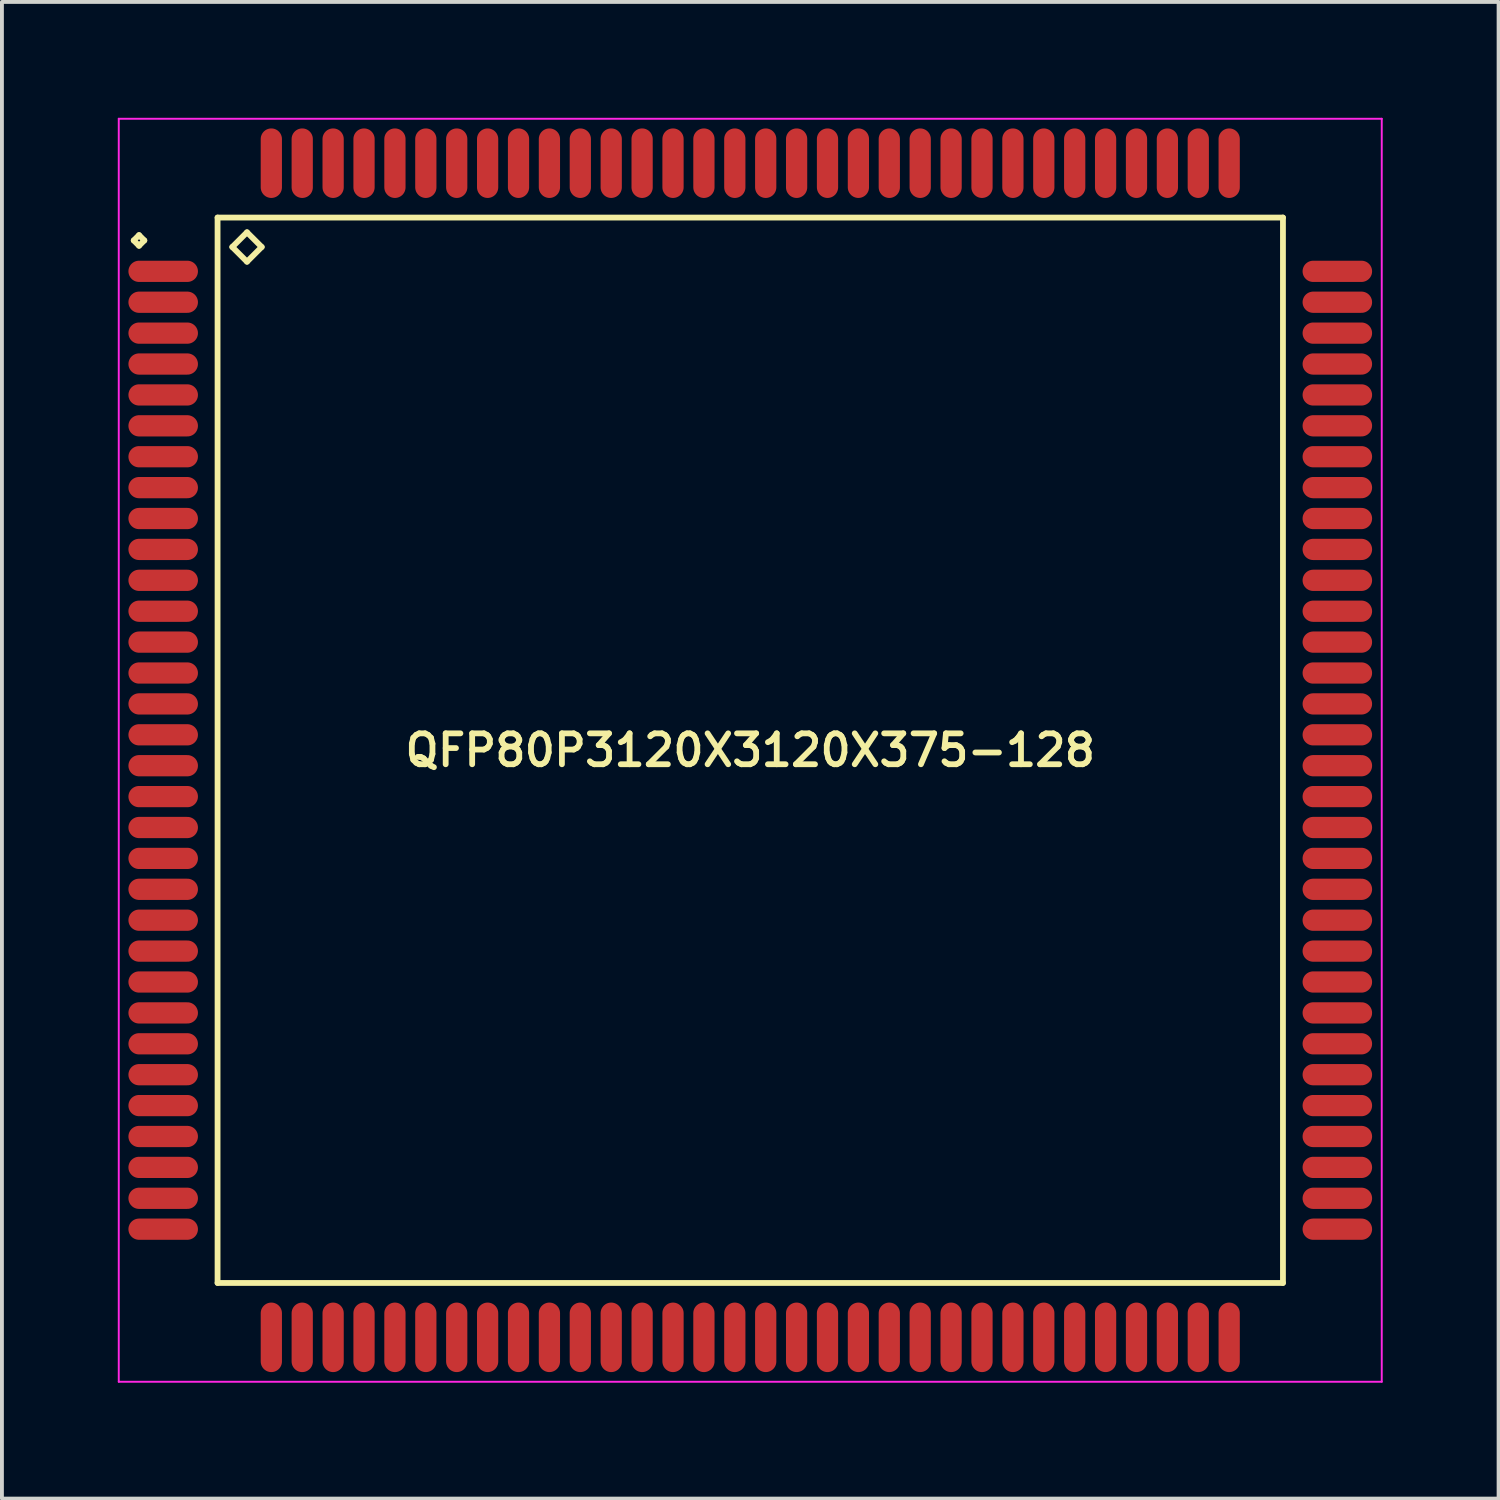
<source format=kicad_pcb>
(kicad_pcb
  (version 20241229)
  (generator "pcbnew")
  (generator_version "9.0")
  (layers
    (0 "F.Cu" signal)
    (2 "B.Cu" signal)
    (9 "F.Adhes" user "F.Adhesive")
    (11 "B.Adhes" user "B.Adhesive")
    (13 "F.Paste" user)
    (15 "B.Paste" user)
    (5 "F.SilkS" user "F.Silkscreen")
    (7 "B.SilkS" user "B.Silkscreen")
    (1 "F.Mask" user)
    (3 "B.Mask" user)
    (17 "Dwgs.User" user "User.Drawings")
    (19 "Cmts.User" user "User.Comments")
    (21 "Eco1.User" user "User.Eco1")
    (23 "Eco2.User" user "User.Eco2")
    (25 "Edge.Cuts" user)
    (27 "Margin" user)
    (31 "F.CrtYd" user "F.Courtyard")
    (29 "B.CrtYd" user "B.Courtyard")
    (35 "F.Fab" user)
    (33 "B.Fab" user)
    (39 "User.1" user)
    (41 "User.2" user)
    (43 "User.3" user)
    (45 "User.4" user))
  (footprint "QFP80P3120X3120X375-128"
    (layer "F.Cu")
    (at 16.375 16.375)
    (property "Reference" "QFP80P3120X3120X375-128" (at 0 0 0) (layer "F.SilkS") (effects (font (size 0.8 0.8) (thickness 0.15))))
    (attr smd)
    (fp_line (start -15.963 -13.2) (end -15.825 -13.338) (stroke (width 0.15) (type solid)) (layer "F.SilkS"))
    (fp_line (start -15.825 -13.338) (end -15.688 -13.2) (stroke (width 0.15) (type solid)) (layer "F.SilkS"))
    (fp_line (start -15.825 -13.062) (end -15.963 -13.2) (stroke (width 0.15) (type solid)) (layer "F.SilkS"))
    (fp_line (start -15.688 -13.2) (end -15.825 -13.062) (stroke (width 0.15) (type solid)) (layer "F.SilkS"))
    (fp_line (start -13.792 -13.792) (end -13.792 13.792) (stroke (width 0.15) (type solid)) (layer "F.SilkS"))
    (fp_line (start -13.792 13.792) (end 13.792 13.792) (stroke (width 0.15) (type solid)) (layer "F.SilkS"))
    (fp_line (start -13.411 -13.03) (end -13.03 -13.411) (stroke (width 0.15) (type solid)) (layer "F.SilkS"))
    (fp_line (start -13.03 -13.411) (end -12.649 -13.03) (stroke (width 0.15) (type solid)) (layer "F.SilkS"))
    (fp_line (start -13.03 -12.649) (end -13.411 -13.03) (stroke (width 0.15) (type solid)) (layer "F.SilkS"))
    (fp_line (start -12.649 -13.03) (end -13.03 -12.649) (stroke (width 0.15) (type solid)) (layer "F.SilkS"))
    (fp_line (start 13.792 -13.792) (end -13.792 -13.792) (stroke (width 0.15) (type solid)) (layer "F.SilkS"))
    (fp_line (start 13.792 13.792) (end 13.792 -13.792) (stroke (width 0.15) (type solid)) (layer "F.SilkS"))
    (fp_line (start -16.35 -16.35) (end 16.35 -16.35) (stroke (width 0.05) (type solid)) (layer "F.CrtYd"))
    (fp_line (start -16.35 16.35) (end -16.35 -16.35) (stroke (width 0.05) (type solid)) (layer "F.CrtYd"))
    (fp_line (start 16.35 -16.35) (end 16.35 16.35) (stroke (width 0.05) (type solid)) (layer "F.CrtYd"))
    (fp_line (start 16.35 16.35) (end -16.35 16.35) (stroke (width 0.05) (type solid)) (layer "F.CrtYd"))
    (pad "1" smd oval (at -15.2 -12.4) (size 1.8 0.55) (layers "F.Cu" "F.Mask" "F.Paste"))
    (pad "2" smd oval (at -15.2 -11.6) (size 1.8 0.55) (layers "F.Cu" "F.Mask" "F.Paste"))
    (pad "3" smd oval (at -15.2 -10.8) (size 1.8 0.55) (layers "F.Cu" "F.Mask" "F.Paste"))
    (pad "4" smd oval (at -15.2 -10) (size 1.8 0.55) (layers "F.Cu" "F.Mask" "F.Paste"))
    (pad "5" smd oval (at -15.2 -9.2) (size 1.8 0.55) (layers "F.Cu" "F.Mask" "F.Paste"))
    (pad "6" smd oval (at -15.2 -8.4) (size 1.8 0.55) (layers "F.Cu" "F.Mask" "F.Paste"))
    (pad "7" smd oval (at -15.2 -7.6) (size 1.8 0.55) (layers "F.Cu" "F.Mask" "F.Paste"))
    (pad "8" smd oval (at -15.2 -6.8) (size 1.8 0.55) (layers "F.Cu" "F.Mask" "F.Paste"))
    (pad "9" smd oval (at -15.2 -6) (size 1.8 0.55) (layers "F.Cu" "F.Mask" "F.Paste"))
    (pad "10" smd oval (at -15.2 -5.2) (size 1.8 0.55) (layers "F.Cu" "F.Mask" "F.Paste"))
    (pad "11" smd oval (at -15.2 -4.4) (size 1.8 0.55) (layers "F.Cu" "F.Mask" "F.Paste"))
    (pad "12" smd oval (at -15.2 -3.6) (size 1.8 0.55) (layers "F.Cu" "F.Mask" "F.Paste"))
    (pad "13" smd oval (at -15.2 -2.8) (size 1.8 0.55) (layers "F.Cu" "F.Mask" "F.Paste"))
    (pad "14" smd oval (at -15.2 -2) (size 1.8 0.55) (layers "F.Cu" "F.Mask" "F.Paste"))
    (pad "15" smd oval (at -15.2 -1.2) (size 1.8 0.55) (layers "F.Cu" "F.Mask" "F.Paste"))
    (pad "16" smd oval (at -15.2 -0.4) (size 1.8 0.55) (layers "F.Cu" "F.Mask" "F.Paste"))
    (pad "17" smd oval (at -15.2 0.4) (size 1.8 0.55) (layers "F.Cu" "F.Mask" "F.Paste"))
    (pad "18" smd oval (at -15.2 1.2) (size 1.8 0.55) (layers "F.Cu" "F.Mask" "F.Paste"))
    (pad "19" smd oval (at -15.2 2) (size 1.8 0.55) (layers "F.Cu" "F.Mask" "F.Paste"))
    (pad "20" smd oval (at -15.2 2.8) (size 1.8 0.55) (layers "F.Cu" "F.Mask" "F.Paste"))
    (pad "21" smd oval (at -15.2 3.6) (size 1.8 0.55) (layers "F.Cu" "F.Mask" "F.Paste"))
    (pad "22" smd oval (at -15.2 4.4) (size 1.8 0.55) (layers "F.Cu" "F.Mask" "F.Paste"))
    (pad "23" smd oval (at -15.2 5.2) (size 1.8 0.55) (layers "F.Cu" "F.Mask" "F.Paste"))
    (pad "24" smd oval (at -15.2 6) (size 1.8 0.55) (layers "F.Cu" "F.Mask" "F.Paste"))
    (pad "25" smd oval (at -15.2 6.8) (size 1.8 0.55) (layers "F.Cu" "F.Mask" "F.Paste"))
    (pad "26" smd oval (at -15.2 7.6) (size 1.8 0.55) (layers "F.Cu" "F.Mask" "F.Paste"))
    (pad "27" smd oval (at -15.2 8.4) (size 1.8 0.55) (layers "F.Cu" "F.Mask" "F.Paste"))
    (pad "28" smd oval (at -15.2 9.2) (size 1.8 0.55) (layers "F.Cu" "F.Mask" "F.Paste"))
    (pad "29" smd oval (at -15.2 10) (size 1.8 0.55) (layers "F.Cu" "F.Mask" "F.Paste"))
    (pad "30" smd oval (at -15.2 10.8) (size 1.8 0.55) (layers "F.Cu" "F.Mask" "F.Paste"))
    (pad "31" smd oval (at -15.2 11.6) (size 1.8 0.55) (layers "F.Cu" "F.Mask" "F.Paste"))
    (pad "32" smd oval (at -15.2 12.4) (size 1.8 0.55) (layers "F.Cu" "F.Mask" "F.Paste"))
    (pad "33" smd oval (at -12.4 15.2) (size 0.55 1.8) (layers "F.Cu" "F.Mask" "F.Paste"))
    (pad "34" smd oval (at -11.6 15.2) (size 0.55 1.8) (layers "F.Cu" "F.Mask" "F.Paste"))
    (pad "35" smd oval (at -10.8 15.2) (size 0.55 1.8) (layers "F.Cu" "F.Mask" "F.Paste"))
    (pad "36" smd oval (at -10 15.2) (size 0.55 1.8) (layers "F.Cu" "F.Mask" "F.Paste"))
    (pad "37" smd oval (at -9.2 15.2) (size 0.55 1.8) (layers "F.Cu" "F.Mask" "F.Paste"))
    (pad "38" smd oval (at -8.4 15.2) (size 0.55 1.8) (layers "F.Cu" "F.Mask" "F.Paste"))
    (pad "39" smd oval (at -7.6 15.2) (size 0.55 1.8) (layers "F.Cu" "F.Mask" "F.Paste"))
    (pad "40" smd oval (at -6.8 15.2) (size 0.55 1.8) (layers "F.Cu" "F.Mask" "F.Paste"))
    (pad "41" smd oval (at -6 15.2) (size 0.55 1.8) (layers "F.Cu" "F.Mask" "F.Paste"))
    (pad "42" smd oval (at -5.2 15.2) (size 0.55 1.8) (layers "F.Cu" "F.Mask" "F.Paste"))
    (pad "43" smd oval (at -4.4 15.2) (size 0.55 1.8) (layers "F.Cu" "F.Mask" "F.Paste"))
    (pad "44" smd oval (at -3.6 15.2) (size 0.55 1.8) (layers "F.Cu" "F.Mask" "F.Paste"))
    (pad "45" smd oval (at -2.8 15.2) (size 0.55 1.8) (layers "F.Cu" "F.Mask" "F.Paste"))
    (pad "46" smd oval (at -2 15.2) (size 0.55 1.8) (layers "F.Cu" "F.Mask" "F.Paste"))
    (pad "47" smd oval (at -1.2 15.2) (size 0.55 1.8) (layers "F.Cu" "F.Mask" "F.Paste"))
    (pad "48" smd oval (at -0.4 15.2) (size 0.55 1.8) (layers "F.Cu" "F.Mask" "F.Paste"))
    (pad "49" smd oval (at 0.4 15.2) (size 0.55 1.8) (layers "F.Cu" "F.Mask" "F.Paste"))
    (pad "50" smd oval (at 1.2 15.2) (size 0.55 1.8) (layers "F.Cu" "F.Mask" "F.Paste"))
    (pad "51" smd oval (at 2 15.2) (size 0.55 1.8) (layers "F.Cu" "F.Mask" "F.Paste"))
    (pad "52" smd oval (at 2.8 15.2) (size 0.55 1.8) (layers "F.Cu" "F.Mask" "F.Paste"))
    (pad "53" smd oval (at 3.6 15.2) (size 0.55 1.8) (layers "F.Cu" "F.Mask" "F.Paste"))
    (pad "54" smd oval (at 4.4 15.2) (size 0.55 1.8) (layers "F.Cu" "F.Mask" "F.Paste"))
    (pad "55" smd oval (at 5.2 15.2) (size 0.55 1.8) (layers "F.Cu" "F.Mask" "F.Paste"))
    (pad "56" smd oval (at 6 15.2) (size 0.55 1.8) (layers "F.Cu" "F.Mask" "F.Paste"))
    (pad "57" smd oval (at 6.8 15.2) (size 0.55 1.8) (layers "F.Cu" "F.Mask" "F.Paste"))
    (pad "58" smd oval (at 7.6 15.2) (size 0.55 1.8) (layers "F.Cu" "F.Mask" "F.Paste"))
    (pad "59" smd oval (at 8.4 15.2) (size 0.55 1.8) (layers "F.Cu" "F.Mask" "F.Paste"))
    (pad "60" smd oval (at 9.2 15.2) (size 0.55 1.8) (layers "F.Cu" "F.Mask" "F.Paste"))
    (pad "61" smd oval (at 10 15.2) (size 0.55 1.8) (layers "F.Cu" "F.Mask" "F.Paste"))
    (pad "62" smd oval (at 10.8 15.2) (size 0.55 1.8) (layers "F.Cu" "F.Mask" "F.Paste"))
    (pad "63" smd oval (at 11.6 15.2) (size 0.55 1.8) (layers "F.Cu" "F.Mask" "F.Paste"))
    (pad "64" smd oval (at 12.4 15.2) (size 0.55 1.8) (layers "F.Cu" "F.Mask" "F.Paste"))
    (pad "65" smd oval (at 15.2 12.4) (size 1.8 0.55) (layers "F.Cu" "F.Mask" "F.Paste"))
    (pad "66" smd oval (at 15.2 11.6) (size 1.8 0.55) (layers "F.Cu" "F.Mask" "F.Paste"))
    (pad "67" smd oval (at 15.2 10.8) (size 1.8 0.55) (layers "F.Cu" "F.Mask" "F.Paste"))
    (pad "68" smd oval (at 15.2 10) (size 1.8 0.55) (layers "F.Cu" "F.Mask" "F.Paste"))
    (pad "69" smd oval (at 15.2 9.2) (size 1.8 0.55) (layers "F.Cu" "F.Mask" "F.Paste"))
    (pad "70" smd oval (at 15.2 8.4) (size 1.8 0.55) (layers "F.Cu" "F.Mask" "F.Paste"))
    (pad "71" smd oval (at 15.2 7.6) (size 1.8 0.55) (layers "F.Cu" "F.Mask" "F.Paste"))
    (pad "72" smd oval (at 15.2 6.8) (size 1.8 0.55) (layers "F.Cu" "F.Mask" "F.Paste"))
    (pad "73" smd oval (at 15.2 6) (size 1.8 0.55) (layers "F.Cu" "F.Mask" "F.Paste"))
    (pad "74" smd oval (at 15.2 5.2) (size 1.8 0.55) (layers "F.Cu" "F.Mask" "F.Paste"))
    (pad "75" smd oval (at 15.2 4.4) (size 1.8 0.55) (layers "F.Cu" "F.Mask" "F.Paste"))
    (pad "76" smd oval (at 15.2 3.6) (size 1.8 0.55) (layers "F.Cu" "F.Mask" "F.Paste"))
    (pad "77" smd oval (at 15.2 2.8) (size 1.8 0.55) (layers "F.Cu" "F.Mask" "F.Paste"))
    (pad "78" smd oval (at 15.2 2) (size 1.8 0.55) (layers "F.Cu" "F.Mask" "F.Paste"))
    (pad "79" smd oval (at 15.2 1.2) (size 1.8 0.55) (layers "F.Cu" "F.Mask" "F.Paste"))
    (pad "80" smd oval (at 15.2 0.4) (size 1.8 0.55) (layers "F.Cu" "F.Mask" "F.Paste"))
    (pad "81" smd oval (at 15.2 -0.4) (size 1.8 0.55) (layers "F.Cu" "F.Mask" "F.Paste"))
    (pad "82" smd oval (at 15.2 -1.2) (size 1.8 0.55) (layers "F.Cu" "F.Mask" "F.Paste"))
    (pad "83" smd oval (at 15.2 -2) (size 1.8 0.55) (layers "F.Cu" "F.Mask" "F.Paste"))
    (pad "84" smd oval (at 15.2 -2.8) (size 1.8 0.55) (layers "F.Cu" "F.Mask" "F.Paste"))
    (pad "85" smd oval (at 15.2 -3.6) (size 1.8 0.55) (layers "F.Cu" "F.Mask" "F.Paste"))
    (pad "86" smd oval (at 15.2 -4.4) (size 1.8 0.55) (layers "F.Cu" "F.Mask" "F.Paste"))
    (pad "87" smd oval (at 15.2 -5.2) (size 1.8 0.55) (layers "F.Cu" "F.Mask" "F.Paste"))
    (pad "88" smd oval (at 15.2 -6) (size 1.8 0.55) (layers "F.Cu" "F.Mask" "F.Paste"))
    (pad "89" smd oval (at 15.2 -6.8) (size 1.8 0.55) (layers "F.Cu" "F.Mask" "F.Paste"))
    (pad "90" smd oval (at 15.2 -7.6) (size 1.8 0.55) (layers "F.Cu" "F.Mask" "F.Paste"))
    (pad "91" smd oval (at 15.2 -8.4) (size 1.8 0.55) (layers "F.Cu" "F.Mask" "F.Paste"))
    (pad "92" smd oval (at 15.2 -9.2) (size 1.8 0.55) (layers "F.Cu" "F.Mask" "F.Paste"))
    (pad "93" smd oval (at 15.2 -10) (size 1.8 0.55) (layers "F.Cu" "F.Mask" "F.Paste"))
    (pad "94" smd oval (at 15.2 -10.8) (size 1.8 0.55) (layers "F.Cu" "F.Mask" "F.Paste"))
    (pad "95" smd oval (at 15.2 -11.6) (size 1.8 0.55) (layers "F.Cu" "F.Mask" "F.Paste"))
    (pad "96" smd oval (at 15.2 -12.4) (size 1.8 0.55) (layers "F.Cu" "F.Mask" "F.Paste"))
    (pad "97" smd oval (at 12.4 -15.2) (size 0.55 1.8) (layers "F.Cu" "F.Mask" "F.Paste"))
    (pad "98" smd oval (at 11.6 -15.2) (size 0.55 1.8) (layers "F.Cu" "F.Mask" "F.Paste"))
    (pad "99" smd oval (at 10.8 -15.2) (size 0.55 1.8) (layers "F.Cu" "F.Mask" "F.Paste"))
    (pad "100" smd oval (at 10 -15.2) (size 0.55 1.8) (layers "F.Cu" "F.Mask" "F.Paste"))
    (pad "101" smd oval (at 9.2 -15.2) (size 0.55 1.8) (layers "F.Cu" "F.Mask" "F.Paste"))
    (pad "102" smd oval (at 8.4 -15.2) (size 0.55 1.8) (layers "F.Cu" "F.Mask" "F.Paste"))
    (pad "103" smd oval (at 7.6 -15.2) (size 0.55 1.8) (layers "F.Cu" "F.Mask" "F.Paste"))
    (pad "104" smd oval (at 6.8 -15.2) (size 0.55 1.8) (layers "F.Cu" "F.Mask" "F.Paste"))
    (pad "105" smd oval (at 6 -15.2) (size 0.55 1.8) (layers "F.Cu" "F.Mask" "F.Paste"))
    (pad "106" smd oval (at 5.2 -15.2) (size 0.55 1.8) (layers "F.Cu" "F.Mask" "F.Paste"))
    (pad "107" smd oval (at 4.4 -15.2) (size 0.55 1.8) (layers "F.Cu" "F.Mask" "F.Paste"))
    (pad "108" smd oval (at 3.6 -15.2) (size 0.55 1.8) (layers "F.Cu" "F.Mask" "F.Paste"))
    (pad "109" smd oval (at 2.8 -15.2) (size 0.55 1.8) (layers "F.Cu" "F.Mask" "F.Paste"))
    (pad "110" smd oval (at 2 -15.2) (size 0.55 1.8) (layers "F.Cu" "F.Mask" "F.Paste"))
    (pad "111" smd oval (at 1.2 -15.2) (size 0.55 1.8) (layers "F.Cu" "F.Mask" "F.Paste"))
    (pad "112" smd oval (at 0.4 -15.2) (size 0.55 1.8) (layers "F.Cu" "F.Mask" "F.Paste"))
    (pad "113" smd oval (at -0.4 -15.2) (size 0.55 1.8) (layers "F.Cu" "F.Mask" "F.Paste"))
    (pad "114" smd oval (at -1.2 -15.2) (size 0.55 1.8) (layers "F.Cu" "F.Mask" "F.Paste"))
    (pad "115" smd oval (at -2 -15.2) (size 0.55 1.8) (layers "F.Cu" "F.Mask" "F.Paste"))
    (pad "116" smd oval (at -2.8 -15.2) (size 0.55 1.8) (layers "F.Cu" "F.Mask" "F.Paste"))
    (pad "117" smd oval (at -3.6 -15.2) (size 0.55 1.8) (layers "F.Cu" "F.Mask" "F.Paste"))
    (pad "118" smd oval (at -4.4 -15.2) (size 0.55 1.8) (layers "F.Cu" "F.Mask" "F.Paste"))
    (pad "119" smd oval (at -5.2 -15.2) (size 0.55 1.8) (layers "F.Cu" "F.Mask" "F.Paste"))
    (pad "120" smd oval (at -6 -15.2) (size 0.55 1.8) (layers "F.Cu" "F.Mask" "F.Paste"))
    (pad "121" smd oval (at -6.8 -15.2) (size 0.55 1.8) (layers "F.Cu" "F.Mask" "F.Paste"))
    (pad "122" smd oval (at -7.6 -15.2) (size 0.55 1.8) (layers "F.Cu" "F.Mask" "F.Paste"))
    (pad "123" smd oval (at -8.4 -15.2) (size 0.55 1.8) (layers "F.Cu" "F.Mask" "F.Paste"))
    (pad "124" smd oval (at -9.2 -15.2) (size 0.55 1.8) (layers "F.Cu" "F.Mask" "F.Paste"))
    (pad "125" smd oval (at -10 -15.2) (size 0.55 1.8) (layers "F.Cu" "F.Mask" "F.Paste"))
    (pad "126" smd oval (at -10.8 -15.2) (size 0.55 1.8) (layers "F.Cu" "F.Mask" "F.Paste"))
    (pad "127" smd oval (at -11.6 -15.2) (size 0.55 1.8) (layers "F.Cu" "F.Mask" "F.Paste"))
    (pad "128" smd oval (at -12.4 -15.2) (size 0.55 1.8) (layers "F.Cu" "F.Mask" "F.Paste")))
  (gr_rect
    (start -3 -3)
    (end 35.75 35.75)
    (stroke (width 0.1) (type default))
    (fill no)
    (layer "Edge.Cuts")))
</source>
